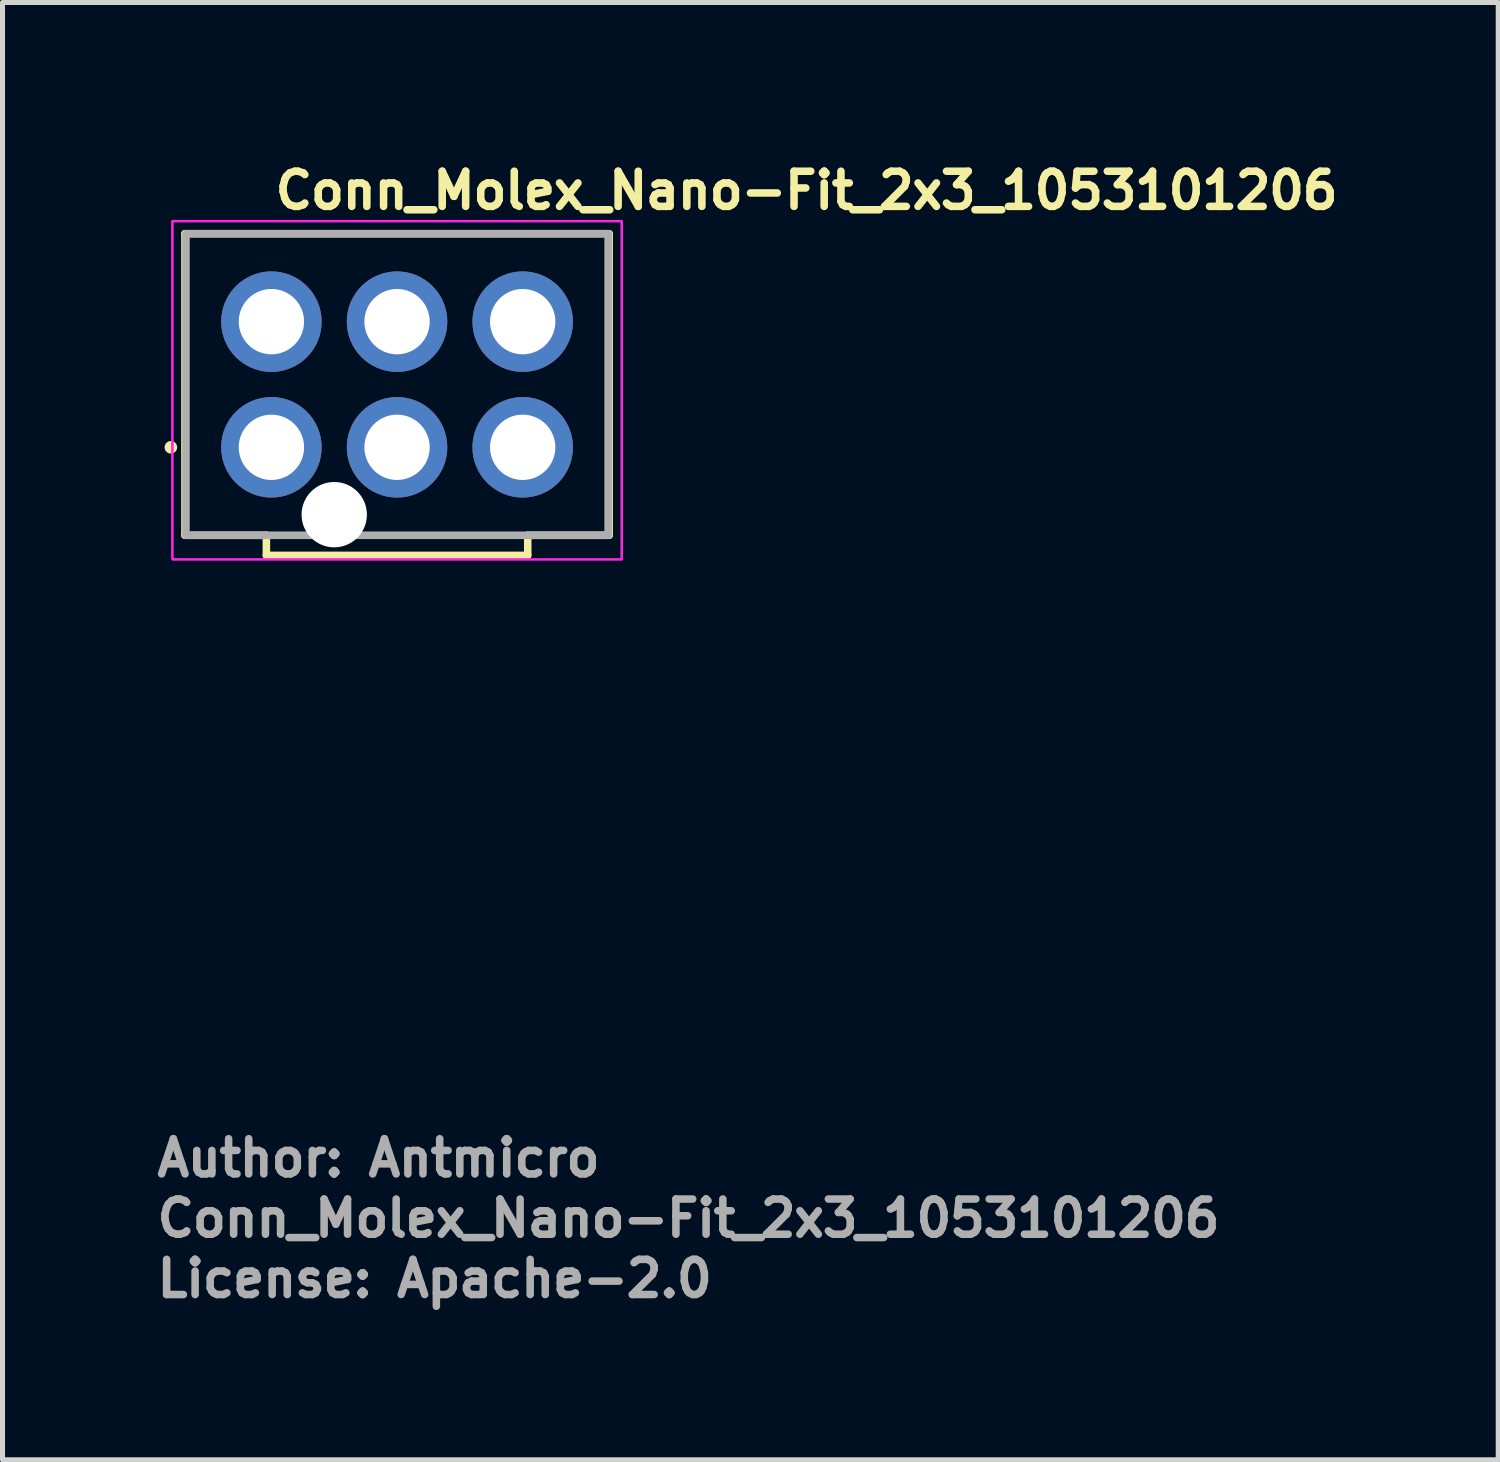
<source format=kicad_pcb>
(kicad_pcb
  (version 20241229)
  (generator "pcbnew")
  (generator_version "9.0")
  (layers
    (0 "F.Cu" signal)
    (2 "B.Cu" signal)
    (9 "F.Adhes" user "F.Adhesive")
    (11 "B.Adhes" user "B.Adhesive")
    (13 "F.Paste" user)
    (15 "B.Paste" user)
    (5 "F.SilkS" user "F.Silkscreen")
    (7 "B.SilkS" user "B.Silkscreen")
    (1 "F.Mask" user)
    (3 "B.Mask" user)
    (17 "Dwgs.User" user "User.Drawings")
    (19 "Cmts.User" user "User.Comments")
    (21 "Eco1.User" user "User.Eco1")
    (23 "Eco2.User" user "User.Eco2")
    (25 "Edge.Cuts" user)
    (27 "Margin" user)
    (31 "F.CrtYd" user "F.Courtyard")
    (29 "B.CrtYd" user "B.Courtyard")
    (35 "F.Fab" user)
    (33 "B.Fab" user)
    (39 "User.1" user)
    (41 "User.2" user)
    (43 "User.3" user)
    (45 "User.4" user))
  (footprint "Conn_Molex_Nano-Fit_2x3_1053101206"
    (layer "F.Cu")
    (at 2.35 5.85)
    (property "Reference" "Conn_Molex_Nano-Fit_2x3_1053101206" (at 0 -4.7 0) (layer "F.SilkS") (effects (font (size 0.7 0.7) (thickness 0.15)) (justify left bottom)))
    (attr through_hole)
    (fp_line (start -1.72 -4.25) (end -1.72 1.75) (stroke (width 0.15) (type solid)) (layer "F.SilkS"))
    (fp_line (start -1.72 -4.25) (end 6.72 -4.25) (stroke (width 0.15) (type solid)) (layer "F.SilkS"))
    (fp_line (start -1.72 1.75) (end -0.1 1.75) (stroke (width 0.15) (type solid)) (layer "F.SilkS"))
    (fp_line (start -0.1 2.15) (end -0.1 1.75) (stroke (width 0.15) (type solid)) (layer "F.SilkS"))
    (fp_line (start -0.1 2.15) (end 5.1 2.15) (stroke (width 0.15) (type solid)) (layer "F.SilkS"))
    (fp_line (start 5.1 2.15) (end 5.1 1.75) (stroke (width 0.15) (type solid)) (layer "F.SilkS"))
    (fp_line (start 6.72 -4.25) (end 6.72 1.75) (stroke (width 0.15) (type solid)) (layer "F.SilkS"))
    (fp_line (start 6.72 1.75) (end 5.099 1.75) (stroke (width 0.15) (type solid)) (layer "F.SilkS"))
    (fp_circle (center -2 0) (end -1.95 0) (stroke (width 0.15) (type solid)) (fill yes) (layer "F.SilkS"))
    (fp_rect (start -1.97 -4.5) (end 6.97 2.23) (stroke (width 0.05) (type solid)) (fill no) (layer "F.CrtYd"))
    (fp_line (start -1.7 -4.25) (end 6.7 -4.25) (stroke (width 0.15) (type solid)) (layer "F.Fab"))
    (fp_line (start -1.7 1.75) (end -1.7 -4.25) (stroke (width 0.15) (type solid)) (layer "F.Fab"))
    (fp_line (start 6.7 -4.25) (end 6.7 1.75) (stroke (width 0.15) (type solid)) (layer "F.Fab"))
    (fp_line (start 6.7 1.75) (end -1.7 1.75) (stroke (width 0.15) (type solid)) (layer "F.Fab"))
    (fp_rect (start -1.72 -4.26) (end 6.72 4.58) (stroke (width 0.1) (type solid)) (fill no) (layer "User.5"))
    (fp_line (start -1.72 -4.26) (end -1.72 1.72) (stroke (width 0.02) (type solid)) (layer "User.9"))
    (fp_line (start -1.11 -1.425) (end -0.4 -1.425) (stroke (width 0.02) (type solid)) (layer "User.9"))
    (fp_line (start -1.11 -1.115) (end -0.4 -1.115) (stroke (width 0.02) (type solid)) (layer "User.9"))
    (fp_line (start -1.11 1.075) (end -1.11 -3.615) (stroke (width 0.02) (type solid)) (layer "User.9"))
    (fp_line (start -1.11 1.075) (end 0.3 1.075) (stroke (width 0.02) (type solid)) (layer "User.9"))
    (fp_line (start -0.4 -1.115) (end -0.4 -1.425) (stroke (width 0.02) (type solid)) (layer "User.9"))
    (fp_line (start -0.317 -2.837) (end 0.317 -2.837) (stroke (width 0.02) (type solid)) (layer "User.9"))
    (fp_line (start -0.317 -2.202) (end -0.317 -2.837) (stroke (width 0.02) (type solid)) (layer "User.9"))
    (fp_line (start -0.317 -2.202) (end 0.317 -2.202) (stroke (width 0.02) (type solid)) (layer "User.9"))
    (fp_line (start -0.317 -0.337) (end -0.167 -0.187) (stroke (width 0.02) (type solid)) (layer "User.9"))
    (fp_line (start -0.317 -0.337) (end 0.317 -0.337) (stroke (width 0.02) (type solid)) (layer "User.9"))
    (fp_line (start -0.317 0.297) (end -0.317 -0.337) (stroke (width 0.02) (type solid)) (layer "User.9"))
    (fp_line (start -0.317 0.297) (end 0.317 0.297) (stroke (width 0.02) (type solid)) (layer "User.9"))
    (fp_line (start -0.167 -2.687) (end -0.317 -2.837) (stroke (width 0.02) (type solid)) (layer "User.9"))
    (fp_line (start -0.167 -2.687) (end 0.167 -2.687) (stroke (width 0.02) (type solid)) (layer "User.9"))
    (fp_line (start -0.167 -2.352) (end -0.317 -2.202) (stroke (width 0.02) (type solid)) (layer "User.9"))
    (fp_line (start -0.167 -2.352) (end -0.167 -2.687) (stroke (width 0.02) (type solid)) (layer "User.9"))
    (fp_line (start -0.167 -2.352) (end 0.167 -2.352) (stroke (width 0.02) (type solid)) (layer "User.9"))
    (fp_line (start -0.167 -0.187) (end 0.167 -0.187) (stroke (width 0.02) (type solid)) (layer "User.9"))
    (fp_line (start -0.167 0.147) (end -0.317 0.297) (stroke (width 0.02) (type solid)) (layer "User.9"))
    (fp_line (start -0.167 0.147) (end -0.167 -0.187) (stroke (width 0.02) (type solid)) (layer "User.9"))
    (fp_line (start -0.167 0.147) (end 0.167 0.147) (stroke (width 0.02) (type solid)) (layer "User.9"))
    (fp_line (start -0.1 1.72) (end -1.72 1.72) (stroke (width 0.02) (type solid)) (layer "User.9"))
    (fp_line (start -0.1 2.549) (end -0.1 1.72) (stroke (width 0.02) (type solid)) (layer "User.9"))
    (fp_line (start -0.1 4.009) (end -0.1 2.549) (stroke (width 0.02) (type solid)) (layer "User.9"))
    (fp_line (start -0.1 4.38) (end -0.1 4.009) (stroke (width 0.02) (type solid)) (layer "User.9"))
    (fp_line (start -0.1 4.38) (end -0.099 4.39) (stroke (width 0.02) (type solid)) (layer "User.9"))
    (fp_line (start -0.099 4.39) (end -0.098 4.4) (stroke (width 0.02) (type solid)) (layer "User.9"))
    (fp_line (start -0.098 4.4) (end -0.097 4.41) (stroke (width 0.02) (type solid)) (layer "User.9"))
    (fp_line (start -0.097 4.41) (end -0.095 4.42) (stroke (width 0.02) (type solid)) (layer "User.9"))
    (fp_line (start -0.095 4.42) (end -0.093 4.429) (stroke (width 0.02) (type solid)) (layer "User.9"))
    (fp_line (start -0.093 4.429) (end -0.091 4.439) (stroke (width 0.02) (type solid)) (layer "User.9"))
    (fp_line (start -0.091 4.439) (end -0.087 4.448) (stroke (width 0.02) (type solid)) (layer "User.9"))
    (fp_line (start -0.087 4.448) (end -0.084 4.457) (stroke (width 0.02) (type solid)) (layer "User.9"))
    (fp_line (start -0.084 4.457) (end -0.08 4.466) (stroke (width 0.02) (type solid)) (layer "User.9"))
    (fp_line (start -0.08 4.466) (end -0.075 4.475) (stroke (width 0.02) (type solid)) (layer "User.9"))
    (fp_line (start -0.075 4.475) (end -0.071 4.483) (stroke (width 0.02) (type solid)) (layer "User.9"))
    (fp_line (start -0.071 4.483) (end -0.065 4.491) (stroke (width 0.02) (type solid)) (layer "User.9"))
    (fp_line (start -0.065 4.491) (end -0.06 4.499) (stroke (width 0.02) (type solid)) (layer "User.9"))
    (fp_line (start -0.06 4.499) (end -0.054 4.507) (stroke (width 0.02) (type solid)) (layer "User.9"))
    (fp_line (start -0.054 4.507) (end -0.048 4.514) (stroke (width 0.02) (type solid)) (layer "User.9"))
    (fp_line (start -0.048 4.514) (end -0.041 4.521) (stroke (width 0.02) (type solid)) (layer "User.9"))
    (fp_line (start -0.041 4.521) (end -0.034 4.528) (stroke (width 0.02) (type solid)) (layer "User.9"))
    (fp_line (start -0.034 4.528) (end -0.027 4.534) (stroke (width 0.02) (type solid)) (layer "User.9"))
    (fp_line (start -0.027 4.534) (end -0.019 4.54) (stroke (width 0.02) (type solid)) (layer "User.9"))
    (fp_line (start -0.019 4.54) (end -0.011 4.545) (stroke (width 0.02) (type solid)) (layer "User.9"))
    (fp_line (start -0.011 4.545) (end -0.003 4.551) (stroke (width 0.02) (type solid)) (layer "User.9"))
    (fp_line (start -0.003 4.551) (end 0.004 4.555) (stroke (width 0.02) (type solid)) (layer "User.9"))
    (fp_line (start 0.004 4.555) (end 0.013 4.56) (stroke (width 0.02) (type solid)) (layer "User.9"))
    (fp_line (start 0.013 4.56) (end 0.022 4.564) (stroke (width 0.02) (type solid)) (layer "User.9"))
    (fp_line (start 0.022 4.564) (end 0.031 4.567) (stroke (width 0.02) (type solid)) (layer "User.9"))
    (fp_line (start 0.031 4.567) (end 0.04 4.571) (stroke (width 0.02) (type solid)) (layer "User.9"))
    (fp_line (start 0.04 4.571) (end 0.05 4.573) (stroke (width 0.02) (type solid)) (layer "User.9"))
    (fp_line (start 0.05 4.573) (end 0.059 4.575) (stroke (width 0.02) (type solid)) (layer "User.9"))
    (fp_line (start 0.059 4.575) (end 0.069 4.577) (stroke (width 0.02) (type solid)) (layer "User.9"))
    (fp_line (start 0.069 4.577) (end 0.079 4.578) (stroke (width 0.02) (type solid)) (layer "User.9"))
    (fp_line (start 0.079 4.578) (end 0.089 4.579) (stroke (width 0.02) (type solid)) (layer "User.9"))
    (fp_line (start 0.089 4.579) (end 0.1 4.58) (stroke (width 0.02) (type solid)) (layer "User.9"))
    (fp_line (start 0.167 -2.687) (end 0.167 -2.352) (stroke (width 0.02) (type solid)) (layer "User.9"))
    (fp_line (start 0.167 -2.687) (end 0.317 -2.837) (stroke (width 0.02) (type solid)) (layer "User.9"))
    (fp_line (start 0.167 -2.352) (end 0.317 -2.202) (stroke (width 0.02) (type solid)) (layer "User.9"))
    (fp_line (start 0.167 -0.187) (end 0.167 0.147) (stroke (width 0.02) (type solid)) (layer "User.9"))
    (fp_line (start 0.167 -0.187) (end 0.317 -0.337) (stroke (width 0.02) (type solid)) (layer "User.9"))
    (fp_line (start 0.2 -1.425) (end -0.4 -1.425) (stroke (width 0.02) (type solid)) (layer "User.9"))
    (fp_line (start 0.2 -1.425) (end 0.2 -1.115) (stroke (width 0.02) (type solid)) (layer "User.9"))
    (fp_line (start 0.2 -1.425) (end 1.11 -1.425) (stroke (width 0.02) (type solid)) (layer "User.9"))
    (fp_line (start 0.2 -1.115) (end -0.4 -1.115) (stroke (width 0.02) (type solid)) (layer "User.9"))
    (fp_line (start 0.3 2.549) (end -0.1 2.549) (stroke (width 0.02) (type solid)) (layer "User.9"))
    (fp_line (start 0.3 2.549) (end 0.3 1.075) (stroke (width 0.02) (type solid)) (layer "User.9"))
    (fp_line (start 0.3 2.549) (end 0.3 3.73) (stroke (width 0.02) (type solid)) (layer "User.9"))
    (fp_line (start 0.3 3.73) (end 4.7 3.73) (stroke (width 0.02) (type solid)) (layer "User.9"))
    (fp_line (start 0.317 -2.837) (end 0.317 -2.202) (stroke (width 0.02) (type solid)) (layer "User.9"))
    (fp_line (start 0.317 -0.337) (end 0.317 0.297) (stroke (width 0.02) (type solid)) (layer "User.9"))
    (fp_line (start 0.317 0.297) (end 0.167 0.147) (stroke (width 0.02) (type solid)) (layer "User.9"))
    (fp_line (start 1.11 -3.615) (end -1.11 -3.615) (stroke (width 0.02) (type solid)) (layer "User.9"))
    (fp_line (start 1.11 -1.425) (end 1.11 -3.615) (stroke (width 0.02) (type solid)) (layer "User.9"))
    (fp_line (start 1.11 -1.115) (end 0.2 -1.115) (stroke (width 0.02) (type solid)) (layer "User.9"))
    (fp_line (start 1.11 -1.115) (end 1.11 1.35) (stroke (width 0.02) (type solid)) (layer "User.9"))
    (fp_line (start 1.11 1.075) (end 0.3 1.075) (stroke (width 0.02) (type solid)) (layer "User.9"))
    (fp_line (start 1.389 -3.615) (end 1.389 -1.425) (stroke (width 0.02) (type solid)) (layer "User.9"))
    (fp_line (start 1.389 -1.425) (end 3.61 -1.425) (stroke (width 0.02) (type solid)) (layer "User.9"))
    (fp_line (start 1.389 -1.115) (end 1.389 1.075) (stroke (width 0.02) (type solid)) (layer "User.9"))
    (fp_line (start 1.389 1.075) (end 3.61 1.075) (stroke (width 0.02) (type solid)) (layer "User.9"))
    (fp_line (start 2.182 -2.837) (end 2.817 -2.837) (stroke (width 0.02) (type solid)) (layer "User.9"))
    (fp_line (start 2.182 -2.202) (end 2.182 -2.837) (stroke (width 0.02) (type solid)) (layer "User.9"))
    (fp_line (start 2.182 -2.202) (end 2.817 -2.202) (stroke (width 0.02) (type solid)) (layer "User.9"))
    (fp_line (start 2.182 -0.337) (end 2.332 -0.187) (stroke (width 0.02) (type solid)) (layer "User.9"))
    (fp_line (start 2.182 -0.337) (end 2.817 -0.337) (stroke (width 0.02) (type solid)) (layer "User.9"))
    (fp_line (start 2.182 0.297) (end 2.182 -0.337) (stroke (width 0.02) (type solid)) (layer "User.9"))
    (fp_line (start 2.182 0.297) (end 2.817 0.297) (stroke (width 0.02) (type solid)) (layer "User.9"))
    (fp_line (start 2.332 -2.687) (end 2.182 -2.837) (stroke (width 0.02) (type solid)) (layer "User.9"))
    (fp_line (start 2.332 -2.687) (end 2.667 -2.687) (stroke (width 0.02) (type solid)) (layer "User.9"))
    (fp_line (start 2.332 -2.352) (end 2.182 -2.202) (stroke (width 0.02) (type solid)) (layer "User.9"))
    (fp_line (start 2.332 -2.352) (end 2.332 -2.687) (stroke (width 0.02) (type solid)) (layer "User.9"))
    (fp_line (start 2.332 -2.352) (end 2.667 -2.352) (stroke (width 0.02) (type solid)) (layer "User.9"))
    (fp_line (start 2.332 -0.187) (end 2.667 -0.187) (stroke (width 0.02) (type solid)) (layer "User.9"))
    (fp_line (start 2.332 0.147) (end 2.182 0.297) (stroke (width 0.02) (type solid)) (layer "User.9"))
    (fp_line (start 2.332 0.147) (end 2.332 -0.187) (stroke (width 0.02) (type solid)) (layer "User.9"))
    (fp_line (start 2.332 0.147) (end 2.667 0.147) (stroke (width 0.02) (type solid)) (layer "User.9"))
    (fp_line (start 2.667 -2.687) (end 2.667 -2.352) (stroke (width 0.02) (type solid)) (layer "User.9"))
    (fp_line (start 2.667 -2.687) (end 2.817 -2.837) (stroke (width 0.02) (type solid)) (layer "User.9"))
    (fp_line (start 2.667 -2.352) (end 2.817 -2.202) (stroke (width 0.02) (type solid)) (layer "User.9"))
    (fp_line (start 2.667 -0.187) (end 2.667 0.147) (stroke (width 0.02) (type solid)) (layer "User.9"))
    (fp_line (start 2.667 -0.187) (end 2.817 -0.337) (stroke (width 0.02) (type solid)) (layer "User.9"))
    (fp_line (start 2.817 -2.837) (end 2.817 -2.202) (stroke (width 0.02) (type solid)) (layer "User.9"))
    (fp_line (start 2.817 -0.337) (end 2.817 0.297) (stroke (width 0.02) (type solid)) (layer "User.9"))
    (fp_line (start 2.817 0.297) (end 2.667 0.147) (stroke (width 0.02) (type solid)) (layer "User.9"))
    (fp_line (start 3.61 -3.615) (end 1.389 -3.615) (stroke (width 0.02) (type solid)) (layer "User.9"))
    (fp_line (start 3.61 -1.425) (end 3.61 -3.615) (stroke (width 0.02) (type solid)) (layer "User.9"))
    (fp_line (start 3.61 -1.115) (end 1.389 -1.115) (stroke (width 0.02) (type solid)) (layer "User.9"))
    (fp_line (start 3.61 1.075) (end 3.61 -1.115) (stroke (width 0.02) (type solid)) (layer "User.9"))
    (fp_line (start 3.89 -3.615) (end 3.89 -1.425) (stroke (width 0.02) (type solid)) (layer "User.9"))
    (fp_line (start 3.89 -1.425) (end 6.11 -1.425) (stroke (width 0.02) (type solid)) (layer "User.9"))
    (fp_line (start 3.89 1.35) (end 1.11 1.35) (stroke (width 0.02) (type solid)) (layer "User.9"))
    (fp_line (start 3.89 1.35) (end 3.89 -1.115) (stroke (width 0.02) (type solid)) (layer "User.9"))
    (fp_line (start 4.682 -2.837) (end 5.317 -2.837) (stroke (width 0.02) (type solid)) (layer "User.9"))
    (fp_line (start 4.682 -2.202) (end 4.682 -2.837) (stroke (width 0.02) (type solid)) (layer "User.9"))
    (fp_line (start 4.682 -2.202) (end 5.317 -2.202) (stroke (width 0.02) (type solid)) (layer "User.9"))
    (fp_line (start 4.682 -0.337) (end 4.832 -0.187) (stroke (width 0.02) (type solid)) (layer "User.9"))
    (fp_line (start 4.682 -0.337) (end 5.317 -0.337) (stroke (width 0.02) (type solid)) (layer "User.9"))
    (fp_line (start 4.682 0.297) (end 4.682 -0.337) (stroke (width 0.02) (type solid)) (layer "User.9"))
    (fp_line (start 4.682 0.297) (end 5.317 0.297) (stroke (width 0.02) (type solid)) (layer "User.9"))
    (fp_line (start 4.7 1.075) (end 3.89 1.075) (stroke (width 0.02) (type solid)) (layer "User.9"))
    (fp_line (start 4.7 1.075) (end 6.11 1.075) (stroke (width 0.02) (type solid)) (layer "User.9"))
    (fp_line (start 4.7 2.549) (end 4.7 1.075) (stroke (width 0.02) (type solid)) (layer "User.9"))
    (fp_line (start 4.7 2.549) (end 4.7 3.73) (stroke (width 0.02) (type solid)) (layer "User.9"))
    (fp_line (start 4.832 -2.687) (end 4.682 -2.837) (stroke (width 0.02) (type solid)) (layer "User.9"))
    (fp_line (start 4.832 -2.687) (end 5.167 -2.687) (stroke (width 0.02) (type solid)) (layer "User.9"))
    (fp_line (start 4.832 -2.352) (end 4.682 -2.202) (stroke (width 0.02) (type solid)) (layer "User.9"))
    (fp_line (start 4.832 -2.352) (end 4.832 -2.687) (stroke (width 0.02) (type solid)) (layer "User.9"))
    (fp_line (start 4.832 -2.352) (end 5.167 -2.352) (stroke (width 0.02) (type solid)) (layer "User.9"))
    (fp_line (start 4.832 -0.187) (end 5.167 -0.187) (stroke (width 0.02) (type solid)) (layer "User.9"))
    (fp_line (start 4.832 0.147) (end 4.682 0.297) (stroke (width 0.02) (type solid)) (layer "User.9"))
    (fp_line (start 4.832 0.147) (end 4.832 -0.187) (stroke (width 0.02) (type solid)) (layer "User.9"))
    (fp_line (start 4.832 0.147) (end 5.167 0.147) (stroke (width 0.02) (type solid)) (layer "User.9"))
    (fp_line (start 4.9 4.58) (end 0.1 4.58) (stroke (width 0.02) (type solid)) (layer "User.9"))
    (fp_line (start 4.9 4.58) (end 4.91 4.579) (stroke (width 0.02) (type solid)) (layer "User.9"))
    (fp_line (start 4.91 4.579) (end 4.92 4.578) (stroke (width 0.02) (type solid)) (layer "User.9"))
    (fp_line (start 4.92 4.578) (end 4.93 4.577) (stroke (width 0.02) (type solid)) (layer "User.9"))
    (fp_line (start 4.93 4.577) (end 4.94 4.575) (stroke (width 0.02) (type solid)) (layer "User.9"))
    (fp_line (start 4.94 4.575) (end 4.949 4.573) (stroke (width 0.02) (type solid)) (layer "User.9"))
    (fp_line (start 4.949 4.573) (end 4.959 4.571) (stroke (width 0.02) (type solid)) (layer "User.9"))
    (fp_line (start 4.959 4.571) (end 4.968 4.567) (stroke (width 0.02) (type solid)) (layer "User.9"))
    (fp_line (start 4.968 4.567) (end 4.977 4.564) (stroke (width 0.02) (type solid)) (layer "User.9"))
    (fp_line (start 4.977 4.564) (end 4.986 4.56) (stroke (width 0.02) (type solid)) (layer "User.9"))
    (fp_line (start 4.986 4.56) (end 4.995 4.555) (stroke (width 0.02) (type solid)) (layer "User.9"))
    (fp_line (start 4.995 4.555) (end 5.003 4.551) (stroke (width 0.02) (type solid)) (layer "User.9"))
    (fp_line (start 5.003 4.551) (end 5.011 4.545) (stroke (width 0.02) (type solid)) (layer "User.9"))
    (fp_line (start 5.011 4.545) (end 5.019 4.54) (stroke (width 0.02) (type solid)) (layer "User.9"))
    (fp_line (start 5.019 4.54) (end 5.027 4.534) (stroke (width 0.02) (type solid)) (layer "User.9"))
    (fp_line (start 5.027 4.534) (end 5.034 4.528) (stroke (width 0.02) (type solid)) (layer "User.9"))
    (fp_line (start 5.034 4.528) (end 5.041 4.521) (stroke (width 0.02) (type solid)) (layer "User.9"))
    (fp_line (start 5.041 4.521) (end 5.048 4.514) (stroke (width 0.02) (type solid)) (layer "User.9"))
    (fp_line (start 5.048 4.514) (end 5.054 4.507) (stroke (width 0.02) (type solid)) (layer "User.9"))
    (fp_line (start 5.054 4.507) (end 5.06 4.499) (stroke (width 0.02) (type solid)) (layer "User.9"))
    (fp_line (start 5.06 4.499) (end 5.065 4.491) (stroke (width 0.02) (type solid)) (layer "User.9"))
    (fp_line (start 5.065 4.491) (end 5.071 4.483) (stroke (width 0.02) (type solid)) (layer "User.9"))
    (fp_line (start 5.071 4.483) (end 5.075 4.475) (stroke (width 0.02) (type solid)) (layer "User.9"))
    (fp_line (start 5.075 4.475) (end 5.08 4.466) (stroke (width 0.02) (type solid)) (layer "User.9"))
    (fp_line (start 5.08 4.466) (end 5.084 4.457) (stroke (width 0.02) (type solid)) (layer "User.9"))
    (fp_line (start 5.084 4.457) (end 5.087 4.448) (stroke (width 0.02) (type solid)) (layer "User.9"))
    (fp_line (start 5.087 4.448) (end 5.091 4.439) (stroke (width 0.02) (type solid)) (layer "User.9"))
    (fp_line (start 5.091 4.439) (end 5.093 4.429) (stroke (width 0.02) (type solid)) (layer "User.9"))
    (fp_line (start 5.093 4.429) (end 5.095 4.42) (stroke (width 0.02) (type solid)) (layer "User.9"))
    (fp_line (start 5.095 4.42) (end 5.097 4.41) (stroke (width 0.02) (type solid)) (layer "User.9"))
    (fp_line (start 5.097 4.41) (end 5.098 4.4) (stroke (width 0.02) (type solid)) (layer "User.9"))
    (fp_line (start 5.098 4.4) (end 5.099 4.39) (stroke (width 0.02) (type solid)) (layer "User.9"))
    (fp_line (start 5.099 2.549) (end 4.7 2.549) (stroke (width 0.02) (type solid)) (layer "User.9"))
    (fp_line (start 5.099 2.549) (end 5.099 1.72) (stroke (width 0.02) (type solid)) (layer "User.9"))
    (fp_line (start 5.099 4.009) (end -0.1 4.009) (stroke (width 0.02) (type solid)) (layer "User.9"))
    (fp_line (start 5.099 4.009) (end 5.099 2.549) (stroke (width 0.02) (type solid)) (layer "User.9"))
    (fp_line (start 5.099 4.38) (end 5.099 4.009) (stroke (width 0.02) (type solid)) (layer "User.9"))
    (fp_line (start 5.099 4.39) (end 5.099 4.38) (stroke (width 0.02) (type solid)) (layer "User.9"))
    (fp_line (start 5.167 -2.687) (end 5.167 -2.352) (stroke (width 0.02) (type solid)) (layer "User.9"))
    (fp_line (start 5.167 -2.687) (end 5.317 -2.837) (stroke (width 0.02) (type solid)) (layer "User.9"))
    (fp_line (start 5.167 -2.352) (end 5.317 -2.202) (stroke (width 0.02) (type solid)) (layer "User.9"))
    (fp_line (start 5.167 -0.187) (end 5.167 0.147) (stroke (width 0.02) (type solid)) (layer "User.9"))
    (fp_line (start 5.167 -0.187) (end 5.317 -0.337) (stroke (width 0.02) (type solid)) (layer "User.9"))
    (fp_line (start 5.317 -2.837) (end 5.317 -2.202) (stroke (width 0.02) (type solid)) (layer "User.9"))
    (fp_line (start 5.317 -0.337) (end 5.317 0.297) (stroke (width 0.02) (type solid)) (layer "User.9"))
    (fp_line (start 5.317 0.297) (end 5.167 0.147) (stroke (width 0.02) (type solid)) (layer "User.9"))
    (fp_line (start 6.11 -3.615) (end 3.89 -3.615) (stroke (width 0.02) (type solid)) (layer "User.9"))
    (fp_line (start 6.11 -1.425) (end 6.11 -3.615) (stroke (width 0.02) (type solid)) (layer "User.9"))
    (fp_line (start 6.11 -1.115) (end 3.89 -1.115) (stroke (width 0.02) (type solid)) (layer "User.9"))
    (fp_line (start 6.11 1.075) (end 6.11 -1.115) (stroke (width 0.02) (type solid)) (layer "User.9"))
    (fp_line (start 6.72 -4.26) (end -1.72 -4.26) (stroke (width 0.02) (type solid)) (layer "User.9"))
    (fp_line (start 6.72 -4.26) (end 6.72 1.72) (stroke (width 0.02) (type solid)) (layer "User.9"))
    (fp_line (start 6.72 1.72) (end 5.099 1.72) (stroke (width 0.02) (type solid)) (layer "User.9"))
    (fp_text user "License: Apache-2.0" (at -2.35 16.95 0) (layer "F.Fab") (effects (font (size 0.7 0.7) (thickness 0.15)) (justify left bottom)))
    (fp_text user "${REFERENCE}" (at -2.35 15.75 0) (layer "F.Fab") (effects (font (size 0.7 0.7) (thickness 0.15)) (justify left bottom)))
    (fp_text user "Author: Antmicro" (at -2.35 14.55 0) (layer "F.Fab") (effects (font (size 0.7 0.7) (thickness 0.15)) (justify left bottom)))
    (pad "" np_thru_hole circle (at 1.25 1.34) (size 1.3 1.3) (drill 1.3) (layers "*.Cu" "*.Mask"))
    (pad "1" thru_hole circle (at 0 0) (size 2 2) (drill 1.3) (layers "*.Cu" "*.Mask"))
    (pad "2" thru_hole circle (at 2.5 0) (size 2 2) (drill 1.3) (layers "*.Cu" "*.Mask"))
    (pad "3" thru_hole circle (at 5 0) (size 2 2) (drill 1.3) (layers "*.Cu" "*.Mask"))
    (pad "4" thru_hole circle (at 0 -2.5) (size 2 2) (drill 1.3) (layers "*.Cu" "*.Mask"))
    (pad "5" thru_hole circle (at 2.5 -2.5) (size 2 2) (drill 1.3) (layers "*.Cu" "*.Mask"))
    (pad "6" thru_hole circle (at 5 -2.5) (size 2 2) (drill 1.3) (layers "*.Cu" "*.Mask")))
  (gr_rect
    (start -3 -3)
    (end 26.76 25.995)
    (stroke (width 0.1) (type default))
    (fill no)
    (layer "Edge.Cuts")))
</source>
